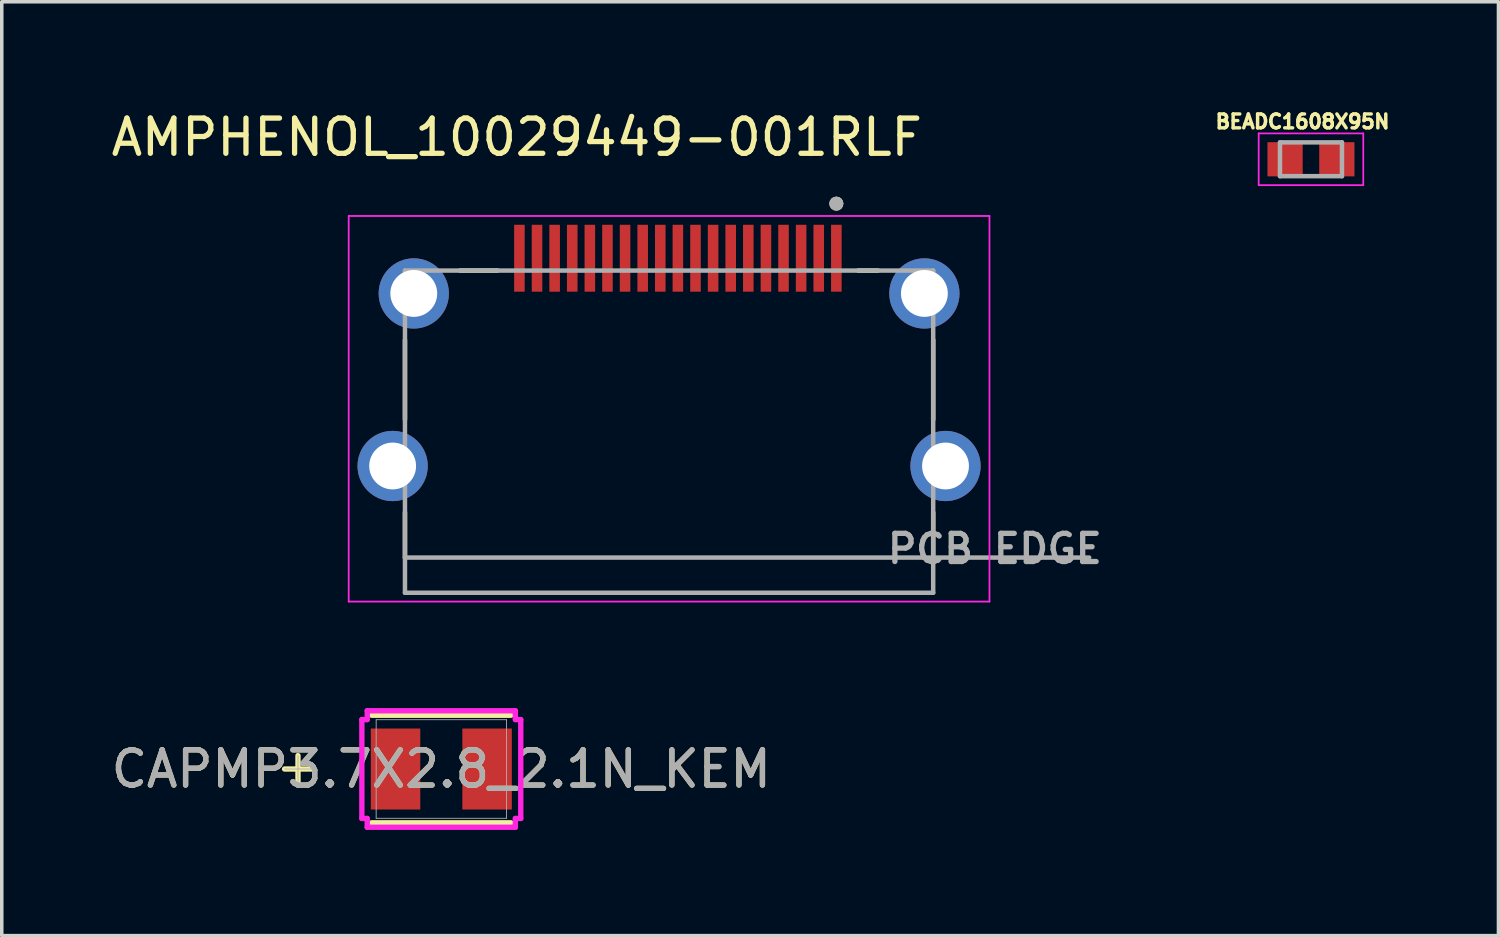
<source format=kicad_pcb>
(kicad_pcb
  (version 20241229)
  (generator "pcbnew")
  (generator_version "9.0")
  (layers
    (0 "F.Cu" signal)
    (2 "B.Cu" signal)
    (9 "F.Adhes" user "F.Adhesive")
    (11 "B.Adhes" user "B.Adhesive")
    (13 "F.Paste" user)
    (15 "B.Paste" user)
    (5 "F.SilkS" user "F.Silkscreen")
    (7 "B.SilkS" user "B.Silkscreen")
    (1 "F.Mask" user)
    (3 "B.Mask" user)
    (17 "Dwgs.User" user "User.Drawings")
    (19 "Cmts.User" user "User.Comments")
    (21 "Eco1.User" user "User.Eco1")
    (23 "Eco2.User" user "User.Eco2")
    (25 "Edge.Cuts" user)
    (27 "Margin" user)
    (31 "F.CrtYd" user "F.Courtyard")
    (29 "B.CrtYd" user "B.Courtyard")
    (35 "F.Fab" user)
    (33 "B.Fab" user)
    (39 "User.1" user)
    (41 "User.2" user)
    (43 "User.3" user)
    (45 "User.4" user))
  (footprint "AMPHENOL_10029449-001RLF"
    (layer "F.Cu")
    (at 15.95 9.233)
    (property "Reference" "AMPHENOL_10029449-001RLF" (at -4.325 -8.385 0) (layer "F.SilkS") (effects (font (size 1 1) (thickness 0.15))))
    (attr smd)
    (fp_line (start -7.5 -0.367) (end -7.5 -2.632) (stroke (width 0.127) (type solid)) (layer "F.SilkS"))
    (fp_line (start -7.5 3.55) (end -7.5 2.268) (stroke (width 0.127) (type solid)) (layer "F.SilkS"))
    (fp_line (start -5.933 -4.6) (end -4.87 -4.6) (stroke (width 0.127) (type solid)) (layer "F.SilkS"))
    (fp_line (start 5.37 -4.6) (end 5.933 -4.6) (stroke (width 0.127) (type solid)) (layer "F.SilkS"))
    (fp_line (start 7.5 -2.632) (end 7.5 -0.367) (stroke (width 0.127) (type solid)) (layer "F.SilkS"))
    (fp_line (start 7.5 2.268) (end 7.5 3.55) (stroke (width 0.127) (type solid)) (layer "F.SilkS"))
    (fp_circle (center 4.75 -6.5) (end 4.85 -6.5) (stroke (width 0.2) (type solid)) (fill no) (layer "F.SilkS"))
    (fp_line (start -9.098 -6.15) (end 9.098 -6.15) (stroke (width 0.05) (type solid)) (layer "F.CrtYd"))
    (fp_line (start -9.098 4.8) (end -9.098 -6.15) (stroke (width 0.05) (type solid)) (layer "F.CrtYd"))
    (fp_line (start 9.098 -6.15) (end 9.098 4.8) (stroke (width 0.05) (type solid)) (layer "F.CrtYd"))
    (fp_line (start 9.098 4.8) (end -9.098 4.8) (stroke (width 0.05) (type solid)) (layer "F.CrtYd"))
    (fp_line (start -7.5 -4.6) (end 7.5 -4.6) (stroke (width 0.127) (type solid)) (layer "F.Fab"))
    (fp_line (start -7.5 3.55) (end -7.5 -4.6) (stroke (width 0.127) (type solid)) (layer "F.Fab"))
    (fp_line (start -7.5 3.55) (end 11.93 3.55) (stroke (width 0.127) (type solid)) (layer "F.Fab"))
    (fp_line (start -7.5 4.55) (end -7.5 3.55) (stroke (width 0.127) (type solid)) (layer "F.Fab"))
    (fp_line (start 7.5 -4.6) (end 7.5 4.55) (stroke (width 0.127) (type solid)) (layer "F.Fab"))
    (fp_line (start 7.5 4.55) (end -7.5 4.55) (stroke (width 0.127) (type solid)) (layer "F.Fab"))
    (fp_circle (center 4.75 -6.5) (end 4.85 -6.5) (stroke (width 0.2) (type solid)) (fill no) (layer "F.Fab"))
    (fp_text user "PCB EDGE" (at 9.25 3.3 0) (layer "F.Fab") (effects (font (size 0.8 0.8) (thickness 0.15))))
    (pad "1" smd rect (at 4.75 -4.95) (size 0.3 1.9) (layers "F.Cu" "F.Mask" "F.Paste"))
    (pad "2" smd rect (at 4.25 -4.95) (size 0.3 1.9) (layers "F.Cu" "F.Mask" "F.Paste"))
    (pad "3" smd rect (at 3.75 -4.95) (size 0.3 1.9) (layers "F.Cu" "F.Mask" "F.Paste"))
    (pad "4" smd rect (at 3.25 -4.95) (size 0.3 1.9) (layers "F.Cu" "F.Mask" "F.Paste"))
    (pad "5" smd rect (at 2.75 -4.95) (size 0.3 1.9) (layers "F.Cu" "F.Mask" "F.Paste"))
    (pad "6" smd rect (at 2.25 -4.95) (size 0.3 1.9) (layers "F.Cu" "F.Mask" "F.Paste"))
    (pad "7" smd rect (at 1.75 -4.95) (size 0.3 1.9) (layers "F.Cu" "F.Mask" "F.Paste"))
    (pad "8" smd rect (at 1.25 -4.95) (size 0.3 1.9) (layers "F.Cu" "F.Mask" "F.Paste"))
    (pad "9" smd rect (at 0.75 -4.95) (size 0.3 1.9) (layers "F.Cu" "F.Mask" "F.Paste"))
    (pad "10" smd rect (at 0.25 -4.95) (size 0.3 1.9) (layers "F.Cu" "F.Mask" "F.Paste"))
    (pad "11" smd rect (at -0.25 -4.95) (size 0.3 1.9) (layers "F.Cu" "F.Mask" "F.Paste"))
    (pad "12" smd rect (at -0.75 -4.95) (size 0.3 1.9) (layers "F.Cu" "F.Mask" "F.Paste"))
    (pad "13" smd rect (at -1.25 -4.95) (size 0.3 1.9) (layers "F.Cu" "F.Mask" "F.Paste"))
    (pad "14" smd rect (at -1.75 -4.95) (size 0.3 1.9) (layers "F.Cu" "F.Mask" "F.Paste"))
    (pad "15" smd rect (at -2.25 -4.95) (size 0.3 1.9) (layers "F.Cu" "F.Mask" "F.Paste"))
    (pad "16" smd rect (at -2.75 -4.95) (size 0.3 1.9) (layers "F.Cu" "F.Mask" "F.Paste"))
    (pad "17" smd rect (at -3.25 -4.95) (size 0.3 1.9) (layers "F.Cu" "F.Mask" "F.Paste"))
    (pad "18" smd rect (at -3.75 -4.95) (size 0.3 1.9) (layers "F.Cu" "F.Mask" "F.Paste"))
    (pad "19" smd rect (at -4.25 -4.95) (size 0.3 1.9) (layers "F.Cu" "F.Mask" "F.Paste"))
    (pad "SH1" thru_hole circle (at -7.25 -3.95) (size 1.995 1.995) (drill 1.33) (layers "*.Cu" "*.Mask"))
    (pad "SH2" thru_hole circle (at 7.25 -3.95) (size 1.995 1.995) (drill 1.33) (layers "*.Cu" "*.Mask"))
    (pad "SH3" thru_hole circle (at -7.85 0.95) (size 1.995 1.995) (drill 1.33) (layers "*.Cu" "*.Mask"))
    (pad "SH4" thru_hole circle (at 7.85 0.95) (size 1.995 1.995) (drill 1.33) (layers "*.Cu" "*.Mask")))
  (footprint "BEADC1608X95N"
    (layer "F.Cu")
    (at 34.178 1.473)
    (property "Reference" "BEADC1608X95N" (at -0.24 -1.07 0) (layer "F.SilkS") (effects (font (size 0.394 0.394) (thickness 0.098))))
    (attr smd)
    (fp_line (start -1.485 -0.735) (end 1.485 -0.735) (stroke (width 0.05) (type solid)) (layer "F.CrtYd"))
    (fp_line (start -1.485 0.735) (end -1.485 -0.735) (stroke (width 0.05) (type solid)) (layer "F.CrtYd"))
    (fp_line (start -1.485 0.735) (end 1.485 0.735) (stroke (width 0.05) (type solid)) (layer "F.CrtYd"))
    (fp_line (start 1.485 0.735) (end 1.485 -0.735) (stroke (width 0.05) (type solid)) (layer "F.CrtYd"))
    (fp_line (start -0.88 0.48) (end -0.88 -0.48) (stroke (width 0.127) (type solid)) (layer "F.Fab"))
    (fp_line (start 0.88 -0.48) (end -0.88 -0.48) (stroke (width 0.127) (type solid)) (layer "F.Fab"))
    (fp_line (start 0.88 0.48) (end -0.88 0.48) (stroke (width 0.127) (type solid)) (layer "F.Fab"))
    (fp_line (start 0.88 0.48) (end 0.88 -0.48) (stroke (width 0.127) (type solid)) (layer "F.Fab"))
    (pad "1" smd rect (at -0.735 0) (size 1 0.97) (layers "F.Cu" "F.Mask" "F.Paste"))
    (pad "2" smd rect (at 0.735 0) (size 1 0.97) (layers "F.Cu" "F.Mask" "F.Paste")))
  (footprint "CAPMP3.7X2.8_2.1N_KEM"
    (layer "F.Cu")
    (at 9.482 18.788)
    (property "Reference" "CAPMP3.7X2.8_2.1N_KEM" (at 0 0 0) (unlocked yes) (layer "F.SilkS") (effects (font (size 1 1) (thickness 0.15))))
    (attr smd)
    (fp_line (start -4.07 -0.381) (end -4.07 0.381) (stroke (width 0.152) (type solid)) (layer "F.SilkS"))
    (fp_line (start -3.689 0) (end -4.451 0) (stroke (width 0.152) (type solid)) (layer "F.SilkS"))
    (fp_line (start -1.977 1.527) (end 1.977 1.527) (stroke (width 0.152) (type solid)) (layer "F.SilkS"))
    (fp_line (start 1.977 -1.527) (end -1.977 -1.527) (stroke (width 0.152) (type solid)) (layer "F.SilkS"))
    (fp_line (start -2.256 -1.404) (end -2.104 -1.404) (stroke (width 0.152) (type solid)) (layer "F.CrtYd"))
    (fp_line (start -2.256 1.404) (end -2.256 -1.404) (stroke (width 0.152) (type solid)) (layer "F.CrtYd"))
    (fp_line (start -2.104 -1.654) (end 2.104 -1.654) (stroke (width 0.152) (type solid)) (layer "F.CrtYd"))
    (fp_line (start -2.104 -1.404) (end -2.104 -1.654) (stroke (width 0.152) (type solid)) (layer "F.CrtYd"))
    (fp_line (start -2.104 1.404) (end -2.256 1.404) (stroke (width 0.152) (type solid)) (layer "F.CrtYd"))
    (fp_line (start -2.104 1.654) (end -2.104 1.404) (stroke (width 0.152) (type solid)) (layer "F.CrtYd"))
    (fp_line (start 2.104 -1.654) (end 2.104 -1.404) (stroke (width 0.152) (type solid)) (layer "F.CrtYd"))
    (fp_line (start 2.104 -1.404) (end 2.256 -1.404) (stroke (width 0.152) (type solid)) (layer "F.CrtYd"))
    (fp_line (start 2.104 1.404) (end 2.104 1.654) (stroke (width 0.152) (type solid)) (layer "F.CrtYd"))
    (fp_line (start 2.104 1.654) (end -2.104 1.654) (stroke (width 0.152) (type solid)) (layer "F.CrtYd"))
    (fp_line (start 2.256 -1.404) (end 2.256 1.404) (stroke (width 0.152) (type solid)) (layer "F.CrtYd"))
    (fp_line (start 2.256 1.404) (end 2.104 1.404) (stroke (width 0.152) (type solid)) (layer "F.CrtYd"))
    (fp_line (start -4.07 -0.381) (end -4.07 0.381) (stroke (width 0.025) (type solid)) (layer "F.Fab"))
    (fp_line (start -3.689 0) (end -4.451 0) (stroke (width 0.025) (type solid)) (layer "F.Fab"))
    (fp_line (start -1.85 -1.4) (end -1.85 1.4) (stroke (width 0.025) (type solid)) (layer "F.Fab"))
    (fp_line (start -1.85 1.4) (end 1.85 1.4) (stroke (width 0.025) (type solid)) (layer "F.Fab"))
    (fp_line (start 1.85 -1.4) (end -1.85 -1.4) (stroke (width 0.025) (type solid)) (layer "F.Fab"))
    (fp_line (start 1.85 1.4) (end 1.85 -1.4) (stroke (width 0.025) (type solid)) (layer "F.Fab"))
    (fp_text user "${REFERENCE}" (at 0 0 0) (unlocked yes) (layer "F.Fab") (effects (font (size 1 1) (thickness 0.15))))
    (pad "1" smd rect (at -1.3 0 90) (size 2.3 1.405) (layers "F.Cu" "F.Mask" "F.Paste"))
    (pad "2" smd rect (at 1.3 0 90) (size 2.3 1.405) (layers "F.Cu" "F.Mask" "F.Paste"))
    (zone (net_name "") (layer "F.Cu") (hatch full 0.508) (connect_pads) (min_thickness 0.254) (filled_areas_thickness no) (keepout (tracks not_allowed) (vias not_allowed) (pads allowed) (copperpour not_allowed) (footprints allowed)) (placement (enabled no)) (fill) (polygon (pts (xy 7.683 17.439) (xy 11.281 17.439) (xy 11.281 17.588) (xy 7.683 17.588))))
    (zone (net_name "") (layer "F.Cu") (hatch full 0.508) (connect_pads) (min_thickness 0.254) (filled_areas_thickness no) (keepout (tracks not_allowed) (vias not_allowed) (pads allowed) (copperpour not_allowed) (footprints allowed)) (placement (enabled no)) (fill) (polygon (pts (xy 7.683 19.989) (xy 11.281 19.989) (xy 11.281 20.138) (xy 7.683 20.138))))
    (zone (net_name "") (layer "F.Cu") (hatch full 0.508) (connect_pads) (min_thickness 0.254) (filled_areas_thickness no) (keepout (tracks not_allowed) (vias not_allowed) (pads allowed) (copperpour not_allowed) (footprints allowed)) (placement (enabled no)) (fill) (polygon (pts (xy 8.736 17.588) (xy 10.228 17.588) (xy 10.228 19.989) (xy 8.736 19.989)))))
  (gr_rect
    (start -3 -3)
    (end 39.502 23.519)
    (stroke (width 0.1) (type default))
    (fill no)
    (layer "Edge.Cuts")))
</source>
